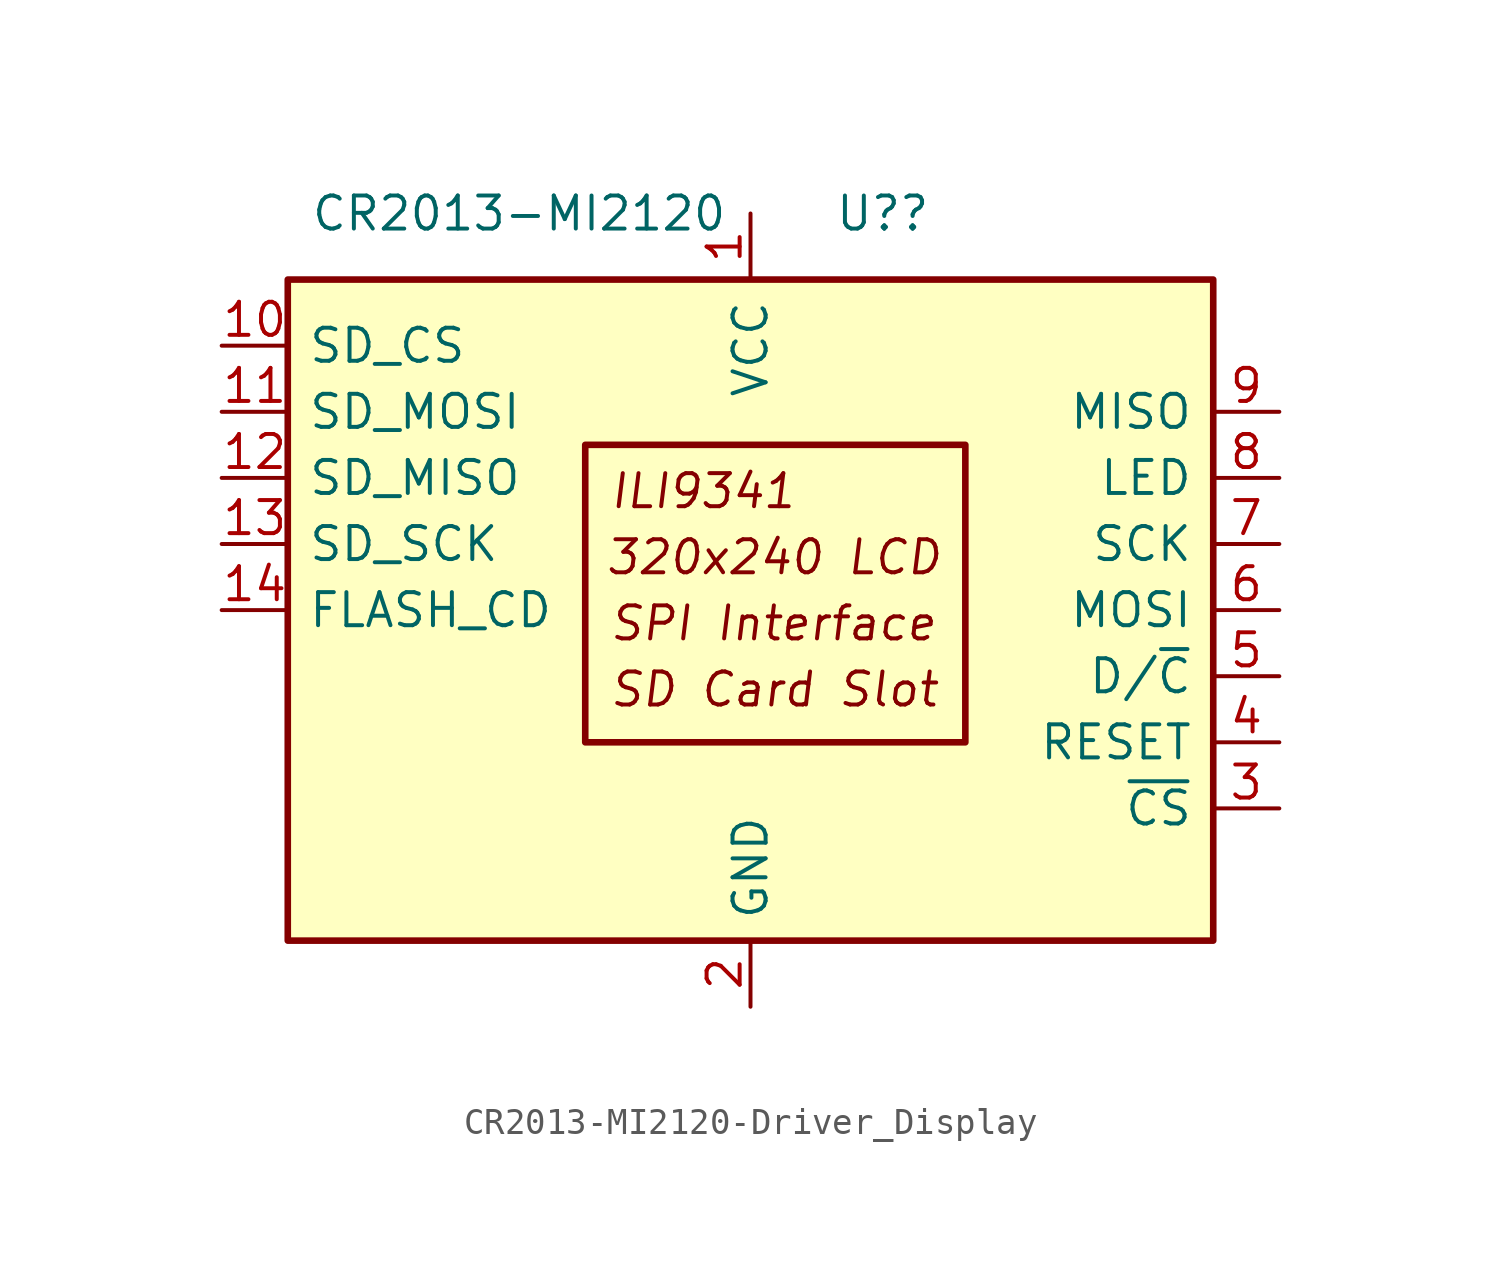
<source format=kicad_sym>
(kicad_symbol_lib
  (version 20211014)
  (generator kicad_symbol_editor)
  (symbol "CR2013-MI2120-Driver_Display"
    (pin_names
      (offset 0.762))
    (property "Reference" "U?"
      (at 5.08 15.24 0)
      (effects (font (size 1.27 1.27))))
    (property "Value" "CR2013-MI2120"
      (at -8.89 15.24 0)
      (effects (font (size 1.27 1.27))))
    (symbol "CR2013-MI2120-Driver_Display_0_0"
      (text "320x240 LCD" (at 0.889 2.032 0) (effects (font (size 1.27 1.27) italic)))
      (text "ILI9341" (at -5.461 4.572 0) (effects (font (size 1.27 1.27) italic) (justify left)))
      (text "SD Card Slot" (at -5.461 -3.048 0) (effects (font (size 1.27 1.27) italic) (justify left)))
      (text "SPI Interface" (at -5.461 -0.508 0) (effects (font (size 1.27 1.27) italic) (justify left))))
    (symbol "CR2013-MI2120-Driver_Display_0_1"
      (rectangle (start -17.78 12.7) (end 17.78 -12.7) (stroke (width 0.254) (type default) (color 0 0 0 0)) (fill (type background)))
      (rectangle (start -6.35 6.35) (end 8.255 -5.08) (stroke (width 0.254) (type default) (color 0 0 0 0)) (fill (type none))))
    (symbol "CR2013-MI2120-Driver_Display_1_1"
      (pin power_in line (at 0 15.24 270) (length 2.54) (name "VCC" (effects (font (size 1.27 1.27)))) (number "1" (effects (font (size 1.27 1.27)))))
      (pin input line (at -20.32 10.16 0) (length 2.54) (name "SD_CS" (effects (font (size 1.27 1.27)))) (number "10" (effects (font (size 1.27 1.27)))))
      (pin input line (at -20.32 7.62 0) (length 2.54) (name "SD_MOSI" (effects (font (size 1.27 1.27)))) (number "11" (effects (font (size 1.27 1.27)))))
      (pin output line (at -20.32 5.08 0) (length 2.54) (name "SD_MISO" (effects (font (size 1.27 1.27)))) (number "12" (effects (font (size 1.27 1.27)))))
      (pin input line (at -20.32 2.54 0) (length 2.54) (name "SD_SCK" (effects (font (size 1.27 1.27)))) (number "13" (effects (font (size 1.27 1.27)))))
      (pin input line (at -20.32 0 0) (length 2.54) (name "FLASH_CD" (effects (font (size 1.27 1.27)))) (number "14" (effects (font (size 1.27 1.27)))))
      (pin power_in line (at 0 -15.24 90) (length 2.54) (name "GND" (effects (font (size 1.27 1.27)))) (number "2" (effects (font (size 1.27 1.27)))))
      (pin input line (at 20.32 -7.62 180) (length 2.54) (name "~{CS}" (effects (font (size 1.27 1.27)))) (number "3" (effects (font (size 1.27 1.27)))))
      (pin input line (at 20.32 -5.08 180) (length 2.54) (name "RESET" (effects (font (size 1.27 1.27)))) (number "4" (effects (font (size 1.27 1.27)))))
      (pin input line (at 20.32 -2.54 180) (length 2.54) (name "D/~{C}" (effects (font (size 1.27 1.27)))) (number "5" (effects (font (size 1.27 1.27)))))
      (pin input line (at 20.32 0 180) (length 2.54) (name "MOSI" (effects (font (size 1.27 1.27)))) (number "6" (effects (font (size 1.27 1.27)))))
      (pin input line (at 20.32 2.54 180) (length 2.54) (name "SCK" (effects (font (size 1.27 1.27)))) (number "7" (effects (font (size 1.27 1.27)))))
      (pin input line (at 20.32 5.08 180) (length 2.54) (name "LED" (effects (font (size 1.27 1.27)))) (number "8" (effects (font (size 1.27 1.27)))))
      (pin output line (at 20.32 7.62 180) (length 2.54) (name "MISO" (effects (font (size 1.27 1.27)))) (number "9" (effects (font (size 1.27 1.27))))))))
</source>
